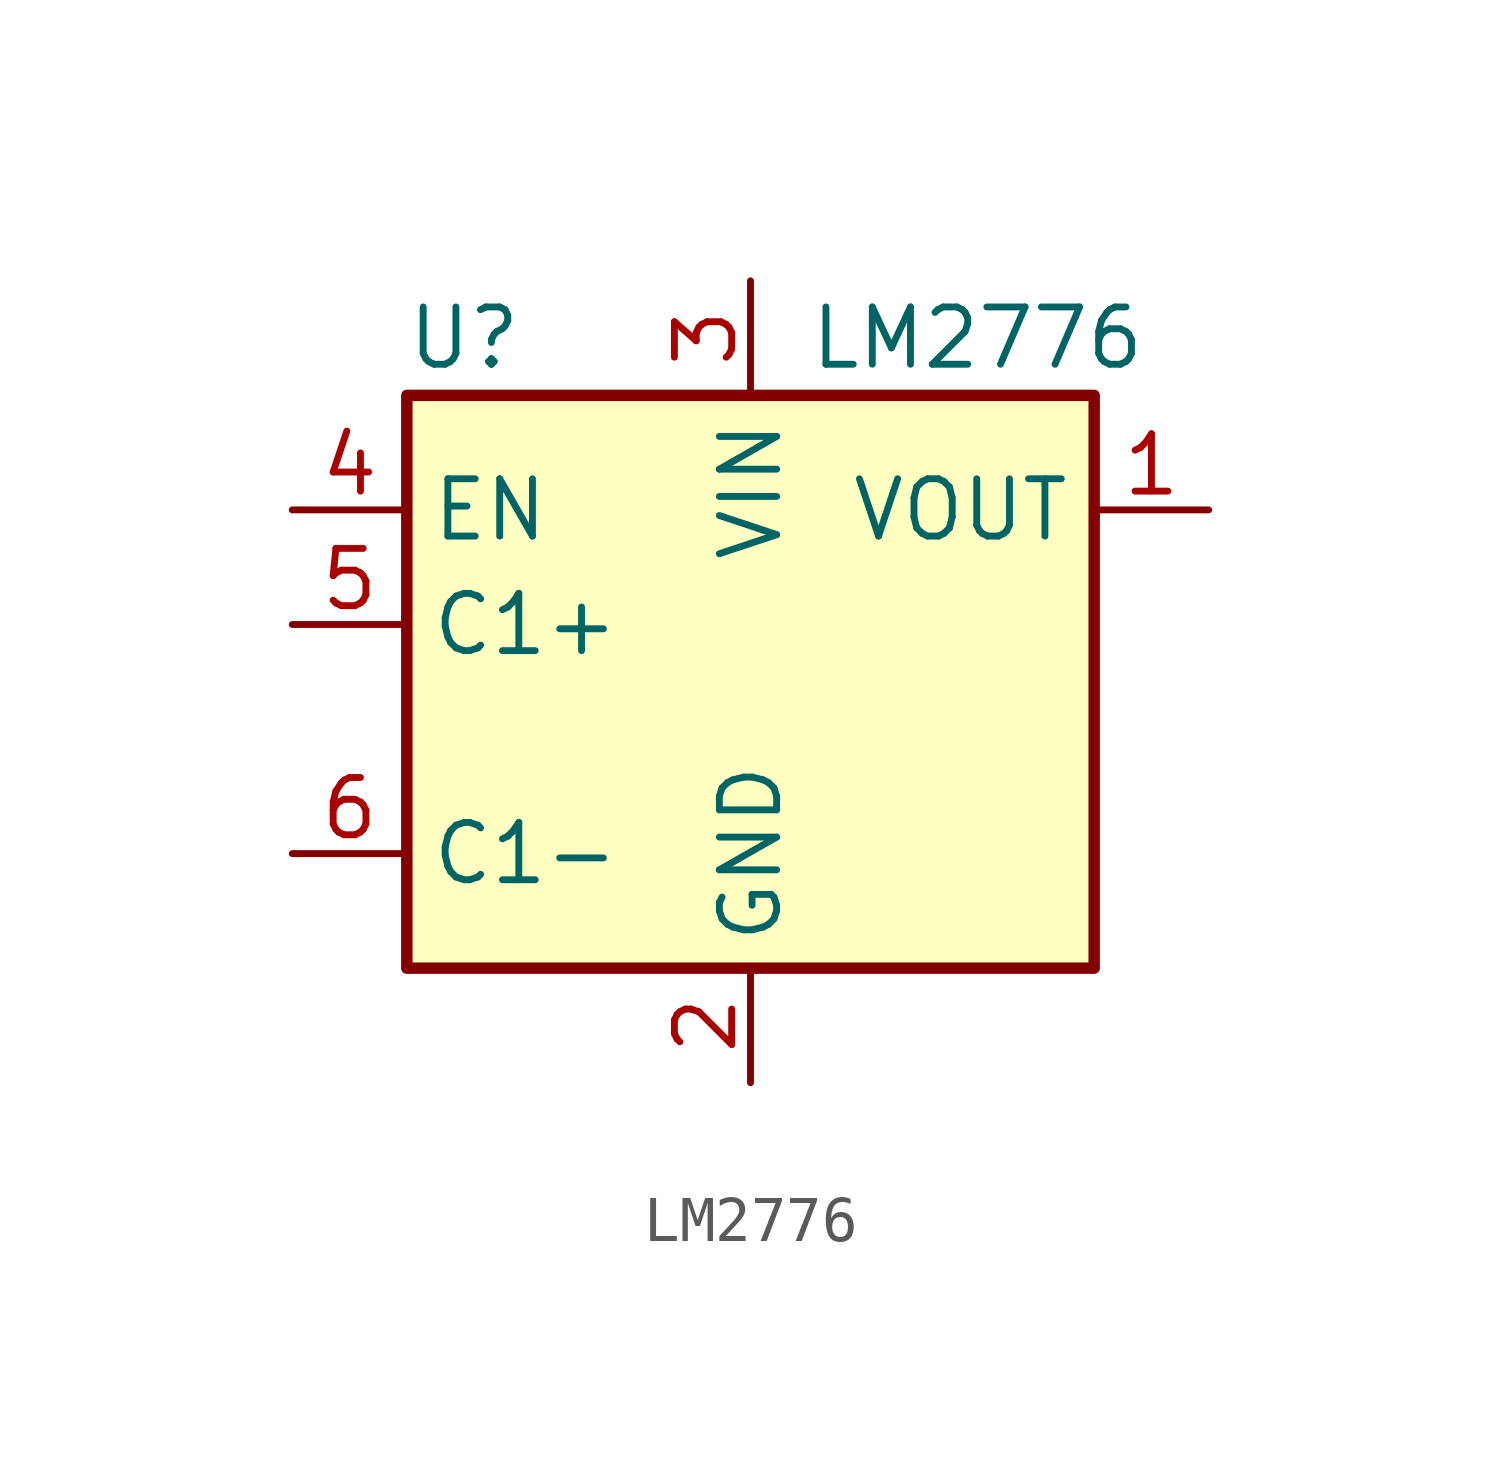
<source format=kicad_sym>
(kicad_symbol_lib
  (version 20201005)
  (generator kicad_symbol_editor)
  (symbol "LM2776"
    (property "Reference" "U"
      (at -6.35 6.35 0)
      (effects (font (size 1.27 1.27))))
    (property "Value" "LM2776"
      (at 1.27 6.35 0)
      (effects (font (size 1.27 1.27)) (justify left)))
    (symbol "LM2776_0_1"
      (rectangle (start -7.62 5.08) (end 7.62 -7.62) (stroke (width 0.254)) (fill (type background))))
    (symbol "LM2776_1_1"
      (pin power_out line (at 10.16 2.54 180) (length 2.54) (name "VOUT" (effects (font (size 1.27 1.27)))) (number "1" (effects (font (size 1.27 1.27)))))
      (pin power_in line (at 0 -10.16 90) (length 2.54) (name "GND" (effects (font (size 1.27 1.27)))) (number "2" (effects (font (size 1.27 1.27)))))
      (pin power_in line (at 0 7.62 270) (length 2.54) (name "VIN" (effects (font (size 1.27 1.27)))) (number "3" (effects (font (size 1.27 1.27)))))
      (pin input line (at -10.16 2.54 0) (length 2.54) (name "EN" (effects (font (size 1.27 1.27)))) (number "4" (effects (font (size 1.27 1.27)))))
      (pin passive line (at -10.16 0 0) (length 2.54) (name "C1+" (effects (font (size 1.27 1.27)))) (number "5" (effects (font (size 1.27 1.27)))))
      (pin passive line (at -10.16 -5.08 0) (length 2.54) (name "C1-" (effects (font (size 1.27 1.27)))) (number "6" (effects (font (size 1.27 1.27))))))))
</source>
